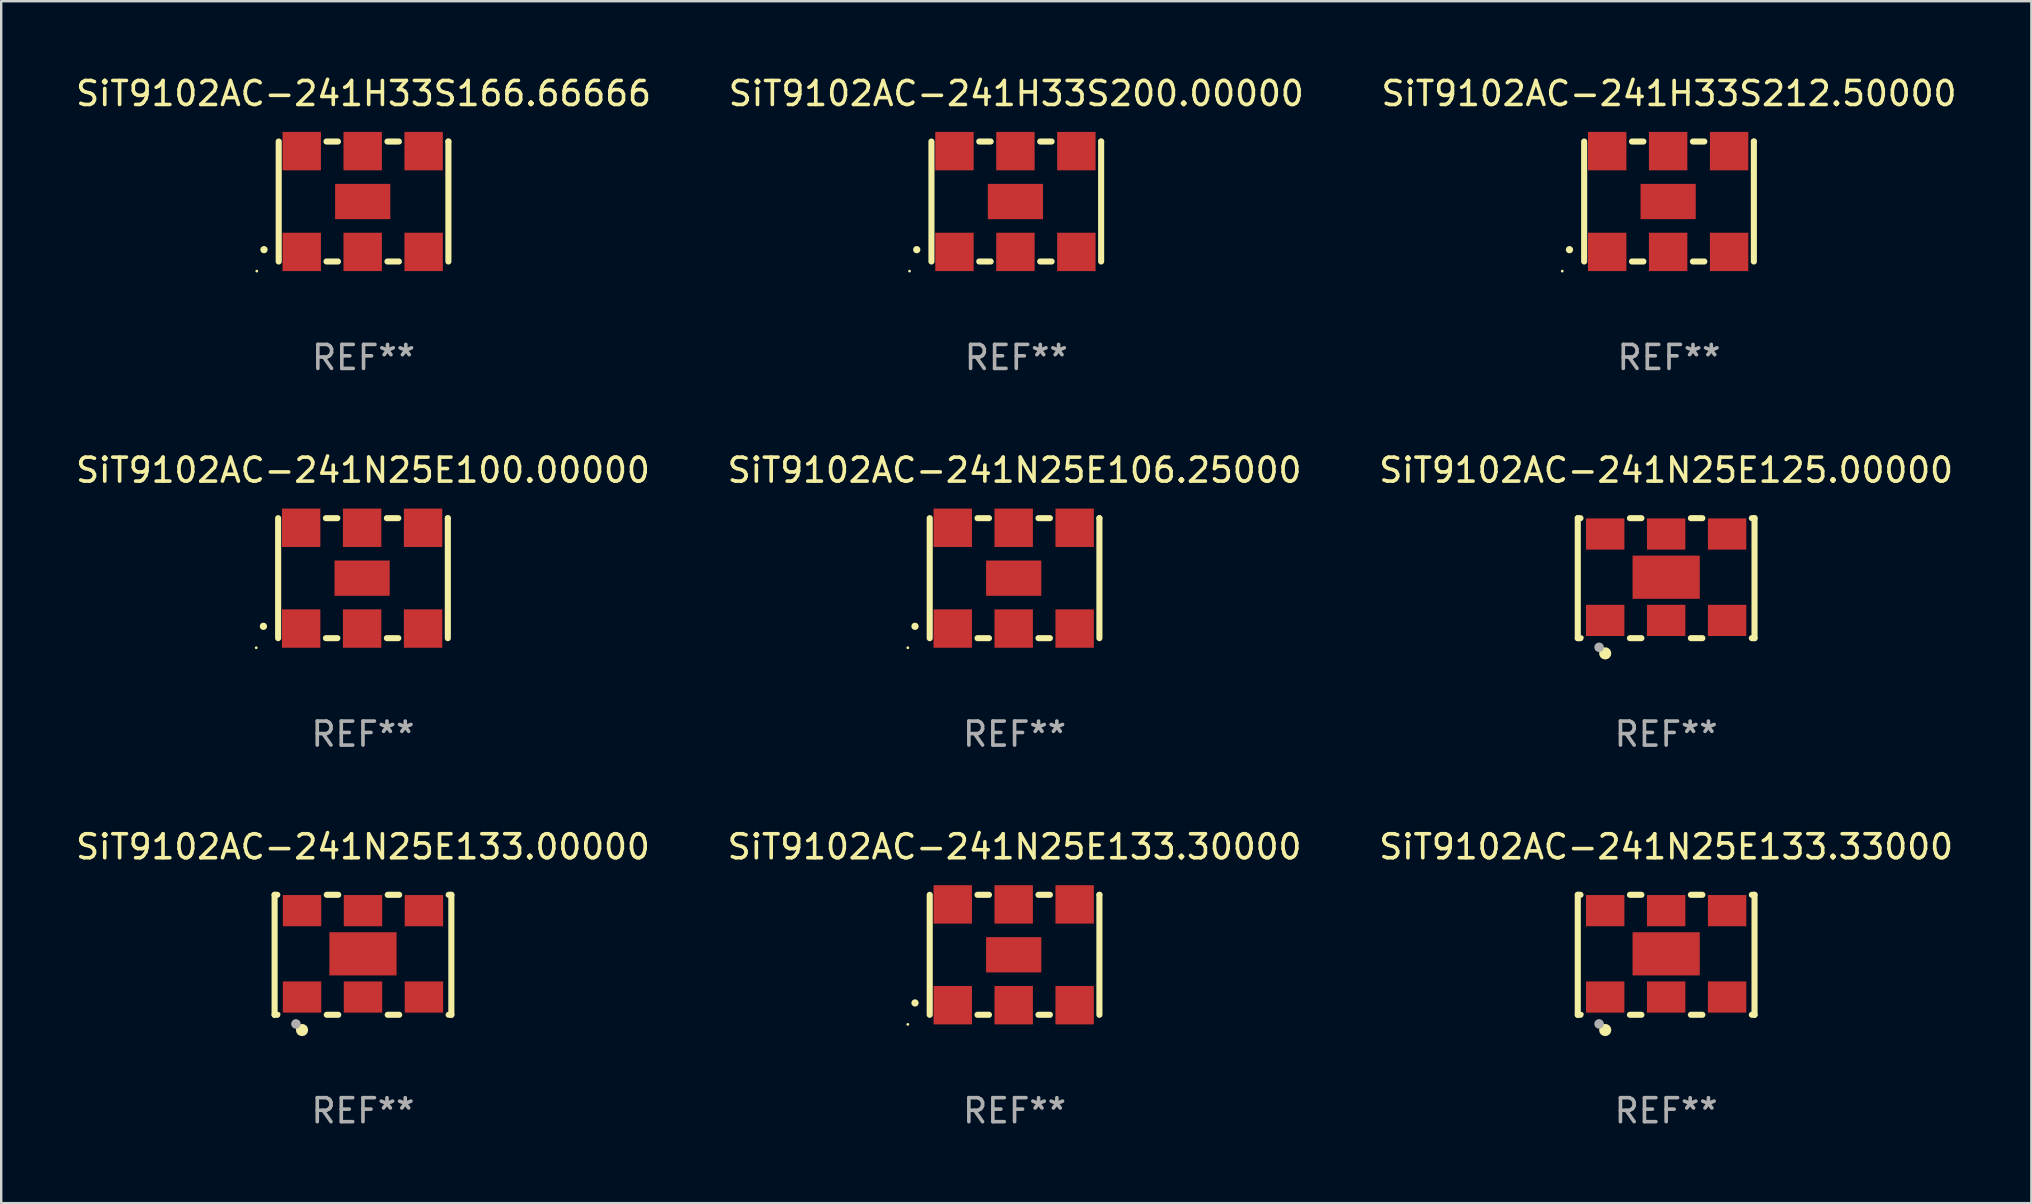
<source format=kicad_pcb>
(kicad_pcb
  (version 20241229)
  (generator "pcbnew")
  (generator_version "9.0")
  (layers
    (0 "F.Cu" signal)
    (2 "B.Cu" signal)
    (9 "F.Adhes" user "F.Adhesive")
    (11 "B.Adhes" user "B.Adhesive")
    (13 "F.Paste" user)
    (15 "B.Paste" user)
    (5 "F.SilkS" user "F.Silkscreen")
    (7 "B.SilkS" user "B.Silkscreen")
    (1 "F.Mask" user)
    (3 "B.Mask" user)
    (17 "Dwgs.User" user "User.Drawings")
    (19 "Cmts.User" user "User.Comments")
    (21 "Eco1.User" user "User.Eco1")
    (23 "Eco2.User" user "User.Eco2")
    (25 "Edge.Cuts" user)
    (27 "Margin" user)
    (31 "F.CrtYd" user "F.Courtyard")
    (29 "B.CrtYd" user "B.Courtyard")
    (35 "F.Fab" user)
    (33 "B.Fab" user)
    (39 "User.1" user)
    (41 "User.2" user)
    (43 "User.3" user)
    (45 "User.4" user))
  (footprint "SiT9102AC-241H33S212.50000"
    (layer "F.Cu")
    (at 66.506 5.348)
    (property "Reference" "SiT9102AC-241H33S212.50000" (at 0 -4.5 0) (layer "F.SilkS") (effects (font (size 1 1) (thickness 0.15))))
    (attr through_hole)
    (fp_line (start -3.536 -2.5) (end -3.536 2.5) (stroke (width 0.254) (type solid)) (layer "F.SilkS"))
    (fp_line (start -1.544 2.5) (end -1.067 2.5) (stroke (width 0.254) (type solid)) (layer "F.SilkS"))
    (fp_line (start -1.067 -2.5) (end -1.544 -2.5) (stroke (width 0.254) (type solid)) (layer "F.SilkS"))
    (fp_line (start 0.996 2.5) (end 1.473 2.5) (stroke (width 0.254) (type solid)) (layer "F.SilkS"))
    (fp_line (start 1.473 -2.5) (end 0.996 -2.5) (stroke (width 0.254) (type solid)) (layer "F.SilkS"))
    (fp_line (start 3.536 -2.5) (end 3.536 -2.5) (stroke (width 0.254) (type solid)) (layer "F.SilkS"))
    (fp_line (start 3.536 2.5) (end 3.536 -2.5) (stroke (width 0.254) (type solid)) (layer "F.SilkS"))
    (fp_arc (start -4.150432 2.006604) (mid -4.149162 2.006599) (end -4.147892 2.006604) (stroke (width 0.3) (type solid)) (layer "F.SilkS"))
    (fp_circle (center -4.449 2.9) (end -4.419 2.9) (stroke (width 0.06) (type solid)) (fill no) (layer "F.SilkS"))
    (fp_text user "REF**" (at 0 6.5 0) (layer "F.Fab") (effects (font (size 1 1) (thickness 0.15))))
    (pad "1" smd rect (at -2.576 2.1) (size 1.6 1.6) (layers "F.Cu" "F.Mask" "F.Paste"))
    (pad "2" smd rect (at -0.036 2.1) (size 1.6 1.6) (layers "F.Cu" "F.Mask" "F.Paste"))
    (pad "3" smd rect (at 2.504 2.1) (size 1.6 1.6) (layers "F.Cu" "F.Mask" "F.Paste"))
    (pad "4" smd rect (at 2.504 -2.1) (size 1.6 1.6) (layers "F.Cu" "F.Mask" "F.Paste"))
    (pad "5" smd rect (at -0.036 -2.1) (size 1.6 1.6) (layers "F.Cu" "F.Mask" "F.Paste"))
    (pad "6" smd rect (at -2.576 -2.1) (size 1.6 1.6) (layers "F.Cu" "F.Mask" "F.Paste"))
    (pad "7" smd rect (at -0.036 0) (size 2.3 1.47) (layers "F.Cu" "F.Mask" "F.Paste")))
  (footprint "SiT9102AC-241N25E133.30000"
    (layer "F.Cu")
    (at 39.232 36.741)
    (property "Reference" "SiT9102AC-241N25E133.30000" (at 0 -4.5 0) (layer "F.SilkS") (effects (font (size 1 1) (thickness 0.15))))
    (attr through_hole)
    (fp_line (start -3.536 -2.5) (end -3.536 2.5) (stroke (width 0.254) (type solid)) (layer "F.SilkS"))
    (fp_line (start -1.544 2.5) (end -1.067 2.5) (stroke (width 0.254) (type solid)) (layer "F.SilkS"))
    (fp_line (start -1.067 -2.5) (end -1.544 -2.5) (stroke (width 0.254) (type solid)) (layer "F.SilkS"))
    (fp_line (start 0.996 2.5) (end 1.473 2.5) (stroke (width 0.254) (type solid)) (layer "F.SilkS"))
    (fp_line (start 1.473 -2.5) (end 0.996 -2.5) (stroke (width 0.254) (type solid)) (layer "F.SilkS"))
    (fp_line (start 3.536 -2.5) (end 3.536 -2.5) (stroke (width 0.254) (type solid)) (layer "F.SilkS"))
    (fp_line (start 3.536 2.5) (end 3.536 -2.5) (stroke (width 0.254) (type solid)) (layer "F.SilkS"))
    (fp_arc (start -4.150432 2.006604) (mid -4.149162 2.006599) (end -4.147892 2.006604) (stroke (width 0.3) (type solid)) (layer "F.SilkS"))
    (fp_circle (center -4.449 2.9) (end -4.419 2.9) (stroke (width 0.06) (type solid)) (fill no) (layer "F.SilkS"))
    (fp_text user "REF**" (at 0 6.5 0) (layer "F.Fab") (effects (font (size 1 1) (thickness 0.15))))
    (pad "1" smd rect (at -2.576 2.1) (size 1.6 1.6) (layers "F.Cu" "F.Mask" "F.Paste"))
    (pad "2" smd rect (at -0.036 2.1) (size 1.6 1.6) (layers "F.Cu" "F.Mask" "F.Paste"))
    (pad "3" smd rect (at 2.504 2.1) (size 1.6 1.6) (layers "F.Cu" "F.Mask" "F.Paste"))
    (pad "4" smd rect (at 2.504 -2.1) (size 1.6 1.6) (layers "F.Cu" "F.Mask" "F.Paste"))
    (pad "5" smd rect (at -0.036 -2.1) (size 1.6 1.6) (layers "F.Cu" "F.Mask" "F.Paste"))
    (pad "6" smd rect (at -2.576 -2.1) (size 1.6 1.6) (layers "F.Cu" "F.Mask" "F.Paste"))
    (pad "7" smd rect (at -0.036 0) (size 2.3 1.47) (layers "F.Cu" "F.Mask" "F.Paste")))
  (footprint "SiT9102AC-241H33S166.66666"
    (layer "F.Cu")
    (at 12.101 5.348)
    (property "Reference" "SiT9102AC-241H33S166.66666" (at 0 -4.5 0) (layer "F.SilkS") (effects (font (size 1 1) (thickness 0.15))))
    (attr through_hole)
    (fp_line (start -3.536 -2.5) (end -3.536 2.5) (stroke (width 0.254) (type solid)) (layer "F.SilkS"))
    (fp_line (start -1.544 2.5) (end -1.067 2.5) (stroke (width 0.254) (type solid)) (layer "F.SilkS"))
    (fp_line (start -1.067 -2.5) (end -1.544 -2.5) (stroke (width 0.254) (type solid)) (layer "F.SilkS"))
    (fp_line (start 0.996 2.5) (end 1.473 2.5) (stroke (width 0.254) (type solid)) (layer "F.SilkS"))
    (fp_line (start 1.473 -2.5) (end 0.996 -2.5) (stroke (width 0.254) (type solid)) (layer "F.SilkS"))
    (fp_line (start 3.536 -2.5) (end 3.536 -2.5) (stroke (width 0.254) (type solid)) (layer "F.SilkS"))
    (fp_line (start 3.536 2.5) (end 3.536 -2.5) (stroke (width 0.254) (type solid)) (layer "F.SilkS"))
    (fp_arc (start -4.150432 2.006604) (mid -4.149162 2.006599) (end -4.147892 2.006604) (stroke (width 0.3) (type solid)) (layer "F.SilkS"))
    (fp_circle (center -4.449 2.9) (end -4.419 2.9) (stroke (width 0.06) (type solid)) (fill no) (layer "F.SilkS"))
    (fp_text user "REF**" (at 0 6.5 0) (layer "F.Fab") (effects (font (size 1 1) (thickness 0.15))))
    (pad "1" smd rect (at -2.576 2.1) (size 1.6 1.6) (layers "F.Cu" "F.Mask" "F.Paste"))
    (pad "2" smd rect (at -0.036 2.1) (size 1.6 1.6) (layers "F.Cu" "F.Mask" "F.Paste"))
    (pad "3" smd rect (at 2.504 2.1) (size 1.6 1.6) (layers "F.Cu" "F.Mask" "F.Paste"))
    (pad "4" smd rect (at 2.504 -2.1) (size 1.6 1.6) (layers "F.Cu" "F.Mask" "F.Paste"))
    (pad "5" smd rect (at -0.036 -2.1) (size 1.6 1.6) (layers "F.Cu" "F.Mask" "F.Paste"))
    (pad "6" smd rect (at -2.576 -2.1) (size 1.6 1.6) (layers "F.Cu" "F.Mask" "F.Paste"))
    (pad "7" smd rect (at -0.036 0) (size 2.3 1.47) (layers "F.Cu" "F.Mask" "F.Paste")))
  (footprint "SiT9102AC-241N25E100.00000"
    (layer "F.Cu")
    (at 12.077 21.045)
    (property "Reference" "SiT9102AC-241N25E100.00000" (at 0 -4.5 0) (layer "F.SilkS") (effects (font (size 1 1) (thickness 0.15))))
    (attr through_hole)
    (fp_line (start -3.536 -2.5) (end -3.536 2.5) (stroke (width 0.254) (type solid)) (layer "F.SilkS"))
    (fp_line (start -1.544 2.5) (end -1.067 2.5) (stroke (width 0.254) (type solid)) (layer "F.SilkS"))
    (fp_line (start -1.067 -2.5) (end -1.544 -2.5) (stroke (width 0.254) (type solid)) (layer "F.SilkS"))
    (fp_line (start 0.996 2.5) (end 1.473 2.5) (stroke (width 0.254) (type solid)) (layer "F.SilkS"))
    (fp_line (start 1.473 -2.5) (end 0.996 -2.5) (stroke (width 0.254) (type solid)) (layer "F.SilkS"))
    (fp_line (start 3.536 -2.5) (end 3.536 -2.5) (stroke (width 0.254) (type solid)) (layer "F.SilkS"))
    (fp_line (start 3.536 2.5) (end 3.536 -2.5) (stroke (width 0.254) (type solid)) (layer "F.SilkS"))
    (fp_arc (start -4.150432 2.006604) (mid -4.149162 2.006599) (end -4.147892 2.006604) (stroke (width 0.3) (type solid)) (layer "F.SilkS"))
    (fp_circle (center -4.449 2.9) (end -4.419 2.9) (stroke (width 0.06) (type solid)) (fill no) (layer "F.SilkS"))
    (fp_text user "REF**" (at 0 6.5 0) (layer "F.Fab") (effects (font (size 1 1) (thickness 0.15))))
    (pad "1" smd rect (at -2.576 2.1) (size 1.6 1.6) (layers "F.Cu" "F.Mask" "F.Paste"))
    (pad "2" smd rect (at -0.036 2.1) (size 1.6 1.6) (layers "F.Cu" "F.Mask" "F.Paste"))
    (pad "3" smd rect (at 2.504 2.1) (size 1.6 1.6) (layers "F.Cu" "F.Mask" "F.Paste"))
    (pad "4" smd rect (at 2.504 -2.1) (size 1.6 1.6) (layers "F.Cu" "F.Mask" "F.Paste"))
    (pad "5" smd rect (at -0.036 -2.1) (size 1.6 1.6) (layers "F.Cu" "F.Mask" "F.Paste"))
    (pad "6" smd rect (at -2.576 -2.1) (size 1.6 1.6) (layers "F.Cu" "F.Mask" "F.Paste"))
    (pad "7" smd rect (at -0.036 0) (size 2.3 1.47) (layers "F.Cu" "F.Mask" "F.Paste")))
  (footprint "SiT9102AC-241N25E133.33000"
    (layer "F.Cu")
    (at 66.387 36.741)
    (property "Reference" "SiT9102AC-241N25E133.33000" (at 0 -4.5 0) (layer "F.SilkS") (effects (font (size 1 1) (thickness 0.15))))
    (attr through_hole)
    (fp_line (start -3.683 -2.5) (end -3.571 -2.5) (stroke (width 0.254) (type solid)) (layer "F.SilkS"))
    (fp_line (start -3.683 2.5) (end -3.683 -2.5) (stroke (width 0.254) (type solid)) (layer "F.SilkS"))
    (fp_line (start -3.683 2.5) (end -3.571 2.5) (stroke (width 0.254) (type solid)) (layer "F.SilkS"))
    (fp_line (start -1.509 -2.5) (end -1.031 -2.5) (stroke (width 0.254) (type solid)) (layer "F.SilkS"))
    (fp_line (start -1.509 2.5) (end -1.031 2.5) (stroke (width 0.254) (type solid)) (layer "F.SilkS"))
    (fp_line (start 1.031 -2.5) (end 1.509 -2.5) (stroke (width 0.254) (type solid)) (layer "F.SilkS"))
    (fp_line (start 1.031 2.5) (end 1.509 2.5) (stroke (width 0.254) (type solid)) (layer "F.SilkS"))
    (fp_line (start 3.571 -2.5) (end 3.683 -2.5) (stroke (width 0.254) (type solid)) (layer "F.SilkS"))
    (fp_line (start 3.571 2.5) (end 3.683 2.5) (stroke (width 0.254) (type solid)) (layer "F.SilkS"))
    (fp_line (start 3.683 2.5) (end 3.683 -2.5) (stroke (width 0.254) (type solid)) (layer "F.SilkS"))
    (fp_circle (center -3.5 2.46) (end -3.47 2.46) (stroke (width 0.06) (type solid)) (fill no) (layer "F.SilkS"))
    (fp_circle (center -2.54 3.135) (end -2.413 3.135) (stroke (width 0.254) (type solid)) (fill no) (layer "F.SilkS"))
    (fp_circle (center -2.794 2.881) (end -2.694 2.881) (stroke (width 0.2) (type solid)) (fill no) (layer "F.Fab"))
    (fp_text user "REF**" (at 0 6.5 0) (layer "F.Fab") (effects (font (size 1 1) (thickness 0.15))))
    (pad "1" smd rect (at -2.54 1.76) (size 1.6 1.3) (layers "F.Cu" "F.Mask" "F.Paste"))
    (pad "2" smd rect (at 0 1.76) (size 1.6 1.3) (layers "F.Cu" "F.Mask" "F.Paste"))
    (pad "3" smd rect (at 2.54 1.76) (size 1.6 1.3) (layers "F.Cu" "F.Mask" "F.Paste"))
    (pad "4" smd rect (at 2.54 -1.84) (size 1.6 1.3) (layers "F.Cu" "F.Mask" "F.Paste"))
    (pad "5" smd rect (at 0 -1.84) (size 1.6 1.3) (layers "F.Cu" "F.Mask" "F.Paste"))
    (pad "6" smd rect (at -2.54 -1.84) (size 1.6 1.3) (layers "F.Cu" "F.Mask" "F.Paste"))
    (pad "7" smd rect (at 0 -0.04) (size 2.8 1.8) (layers "F.Cu" "F.Mask" "F.Paste")))
  (footprint "SiT9102AC-241N25E106.25000"
    (layer "F.Cu")
    (at 39.232 21.045)
    (property "Reference" "SiT9102AC-241N25E106.25000" (at 0 -4.5 0) (layer "F.SilkS") (effects (font (size 1 1) (thickness 0.15))))
    (attr through_hole)
    (fp_line (start -3.536 -2.5) (end -3.536 2.5) (stroke (width 0.254) (type solid)) (layer "F.SilkS"))
    (fp_line (start -1.544 2.5) (end -1.067 2.5) (stroke (width 0.254) (type solid)) (layer "F.SilkS"))
    (fp_line (start -1.067 -2.5) (end -1.544 -2.5) (stroke (width 0.254) (type solid)) (layer "F.SilkS"))
    (fp_line (start 0.996 2.5) (end 1.473 2.5) (stroke (width 0.254) (type solid)) (layer "F.SilkS"))
    (fp_line (start 1.473 -2.5) (end 0.996 -2.5) (stroke (width 0.254) (type solid)) (layer "F.SilkS"))
    (fp_line (start 3.536 -2.5) (end 3.536 -2.5) (stroke (width 0.254) (type solid)) (layer "F.SilkS"))
    (fp_line (start 3.536 2.5) (end 3.536 -2.5) (stroke (width 0.254) (type solid)) (layer "F.SilkS"))
    (fp_arc (start -4.150432 2.006604) (mid -4.149162 2.006599) (end -4.147892 2.006604) (stroke (width 0.3) (type solid)) (layer "F.SilkS"))
    (fp_circle (center -4.449 2.9) (end -4.419 2.9) (stroke (width 0.06) (type solid)) (fill no) (layer "F.SilkS"))
    (fp_text user "REF**" (at 0 6.5 0) (layer "F.Fab") (effects (font (size 1 1) (thickness 0.15))))
    (pad "1" smd rect (at -2.576 2.1) (size 1.6 1.6) (layers "F.Cu" "F.Mask" "F.Paste"))
    (pad "2" smd rect (at -0.036 2.1) (size 1.6 1.6) (layers "F.Cu" "F.Mask" "F.Paste"))
    (pad "3" smd rect (at 2.504 2.1) (size 1.6 1.6) (layers "F.Cu" "F.Mask" "F.Paste"))
    (pad "4" smd rect (at 2.504 -2.1) (size 1.6 1.6) (layers "F.Cu" "F.Mask" "F.Paste"))
    (pad "5" smd rect (at -0.036 -2.1) (size 1.6 1.6) (layers "F.Cu" "F.Mask" "F.Paste"))
    (pad "6" smd rect (at -2.576 -2.1) (size 1.6 1.6) (layers "F.Cu" "F.Mask" "F.Paste"))
    (pad "7" smd rect (at -0.036 0) (size 2.3 1.47) (layers "F.Cu" "F.Mask" "F.Paste")))
  (footprint "SiT9102AC-241N25E125.00000"
    (layer "F.Cu")
    (at 66.387 21.045)
    (property "Reference" "SiT9102AC-241N25E125.00000" (at 0 -4.5 0) (layer "F.SilkS") (effects (font (size 1 1) (thickness 0.15))))
    (attr through_hole)
    (fp_line (start -3.683 -2.5) (end -3.571 -2.5) (stroke (width 0.254) (type solid)) (layer "F.SilkS"))
    (fp_line (start -3.683 2.5) (end -3.683 -2.5) (stroke (width 0.254) (type solid)) (layer "F.SilkS"))
    (fp_line (start -3.683 2.5) (end -3.571 2.5) (stroke (width 0.254) (type solid)) (layer "F.SilkS"))
    (fp_line (start -1.509 -2.5) (end -1.031 -2.5) (stroke (width 0.254) (type solid)) (layer "F.SilkS"))
    (fp_line (start -1.509 2.5) (end -1.031 2.5) (stroke (width 0.254) (type solid)) (layer "F.SilkS"))
    (fp_line (start 1.031 -2.5) (end 1.509 -2.5) (stroke (width 0.254) (type solid)) (layer "F.SilkS"))
    (fp_line (start 1.031 2.5) (end 1.509 2.5) (stroke (width 0.254) (type solid)) (layer "F.SilkS"))
    (fp_line (start 3.571 -2.5) (end 3.683 -2.5) (stroke (width 0.254) (type solid)) (layer "F.SilkS"))
    (fp_line (start 3.571 2.5) (end 3.683 2.5) (stroke (width 0.254) (type solid)) (layer "F.SilkS"))
    (fp_line (start 3.683 2.5) (end 3.683 -2.5) (stroke (width 0.254) (type solid)) (layer "F.SilkS"))
    (fp_circle (center -3.5 2.46) (end -3.47 2.46) (stroke (width 0.06) (type solid)) (fill no) (layer "F.SilkS"))
    (fp_circle (center -2.54 3.135) (end -2.413 3.135) (stroke (width 0.254) (type solid)) (fill no) (layer "F.SilkS"))
    (fp_circle (center -2.794 2.881) (end -2.694 2.881) (stroke (width 0.2) (type solid)) (fill no) (layer "F.Fab"))
    (fp_text user "REF**" (at 0 6.5 0) (layer "F.Fab") (effects (font (size 1 1) (thickness 0.15))))
    (pad "1" smd rect (at -2.54 1.76) (size 1.6 1.3) (layers "F.Cu" "F.Mask" "F.Paste"))
    (pad "2" smd rect (at 0 1.76) (size 1.6 1.3) (layers "F.Cu" "F.Mask" "F.Paste"))
    (pad "3" smd rect (at 2.54 1.76) (size 1.6 1.3) (layers "F.Cu" "F.Mask" "F.Paste"))
    (pad "4" smd rect (at 2.54 -1.84) (size 1.6 1.3) (layers "F.Cu" "F.Mask" "F.Paste"))
    (pad "5" smd rect (at 0 -1.84) (size 1.6 1.3) (layers "F.Cu" "F.Mask" "F.Paste"))
    (pad "6" smd rect (at -2.54 -1.84) (size 1.6 1.3) (layers "F.Cu" "F.Mask" "F.Paste"))
    (pad "7" smd rect (at 0 -0.04) (size 2.8 1.8) (layers "F.Cu" "F.Mask" "F.Paste")))
  (footprint "SiT9102AC-241H33S200.00000"
    (layer "F.Cu")
    (at 39.304 5.348)
    (property "Reference" "SiT9102AC-241H33S200.00000" (at 0 -4.5 0) (layer "F.SilkS") (effects (font (size 1 1) (thickness 0.15))))
    (attr through_hole)
    (fp_line (start -3.536 -2.5) (end -3.536 2.5) (stroke (width 0.254) (type solid)) (layer "F.SilkS"))
    (fp_line (start -1.544 2.5) (end -1.067 2.5) (stroke (width 0.254) (type solid)) (layer "F.SilkS"))
    (fp_line (start -1.067 -2.5) (end -1.544 -2.5) (stroke (width 0.254) (type solid)) (layer "F.SilkS"))
    (fp_line (start 0.996 2.5) (end 1.473 2.5) (stroke (width 0.254) (type solid)) (layer "F.SilkS"))
    (fp_line (start 1.473 -2.5) (end 0.996 -2.5) (stroke (width 0.254) (type solid)) (layer "F.SilkS"))
    (fp_line (start 3.536 -2.5) (end 3.536 -2.5) (stroke (width 0.254) (type solid)) (layer "F.SilkS"))
    (fp_line (start 3.536 2.5) (end 3.536 -2.5) (stroke (width 0.254) (type solid)) (layer "F.SilkS"))
    (fp_arc (start -4.150432 2.006604) (mid -4.149162 2.006599) (end -4.147892 2.006604) (stroke (width 0.3) (type solid)) (layer "F.SilkS"))
    (fp_circle (center -4.449 2.9) (end -4.419 2.9) (stroke (width 0.06) (type solid)) (fill no) (layer "F.SilkS"))
    (fp_text user "REF**" (at 0 6.5 0) (layer "F.Fab") (effects (font (size 1 1) (thickness 0.15))))
    (pad "1" smd rect (at -2.576 2.1) (size 1.6 1.6) (layers "F.Cu" "F.Mask" "F.Paste"))
    (pad "2" smd rect (at -0.036 2.1) (size 1.6 1.6) (layers "F.Cu" "F.Mask" "F.Paste"))
    (pad "3" smd rect (at 2.504 2.1) (size 1.6 1.6) (layers "F.Cu" "F.Mask" "F.Paste"))
    (pad "4" smd rect (at 2.504 -2.1) (size 1.6 1.6) (layers "F.Cu" "F.Mask" "F.Paste"))
    (pad "5" smd rect (at -0.036 -2.1) (size 1.6 1.6) (layers "F.Cu" "F.Mask" "F.Paste"))
    (pad "6" smd rect (at -2.576 -2.1) (size 1.6 1.6) (layers "F.Cu" "F.Mask" "F.Paste"))
    (pad "7" smd rect (at -0.036 0) (size 2.3 1.47) (layers "F.Cu" "F.Mask" "F.Paste")))
  (footprint "SiT9102AC-241N25E133.00000"
    (layer "F.Cu")
    (at 12.077 36.741)
    (property "Reference" "SiT9102AC-241N25E133.00000" (at 0 -4.5 0) (layer "F.SilkS") (effects (font (size 1 1) (thickness 0.15))))
    (attr through_hole)
    (fp_line (start -3.683 -2.5) (end -3.571 -2.5) (stroke (width 0.254) (type solid)) (layer "F.SilkS"))
    (fp_line (start -3.683 2.5) (end -3.683 -2.5) (stroke (width 0.254) (type solid)) (layer "F.SilkS"))
    (fp_line (start -3.683 2.5) (end -3.571 2.5) (stroke (width 0.254) (type solid)) (layer "F.SilkS"))
    (fp_line (start -1.509 -2.5) (end -1.031 -2.5) (stroke (width 0.254) (type solid)) (layer "F.SilkS"))
    (fp_line (start -1.509 2.5) (end -1.031 2.5) (stroke (width 0.254) (type solid)) (layer "F.SilkS"))
    (fp_line (start 1.031 -2.5) (end 1.509 -2.5) (stroke (width 0.254) (type solid)) (layer "F.SilkS"))
    (fp_line (start 1.031 2.5) (end 1.509 2.5) (stroke (width 0.254) (type solid)) (layer "F.SilkS"))
    (fp_line (start 3.571 -2.5) (end 3.683 -2.5) (stroke (width 0.254) (type solid)) (layer "F.SilkS"))
    (fp_line (start 3.571 2.5) (end 3.683 2.5) (stroke (width 0.254) (type solid)) (layer "F.SilkS"))
    (fp_line (start 3.683 2.5) (end 3.683 -2.5) (stroke (width 0.254) (type solid)) (layer "F.SilkS"))
    (fp_circle (center -3.5 2.46) (end -3.47 2.46) (stroke (width 0.06) (type solid)) (fill no) (layer "F.SilkS"))
    (fp_circle (center -2.54 3.135) (end -2.413 3.135) (stroke (width 0.254) (type solid)) (fill no) (layer "F.SilkS"))
    (fp_circle (center -2.794 2.881) (end -2.694 2.881) (stroke (width 0.2) (type solid)) (fill no) (layer "F.Fab"))
    (fp_text user "REF**" (at 0 6.5 0) (layer "F.Fab") (effects (font (size 1 1) (thickness 0.15))))
    (pad "1" smd rect (at -2.54 1.76) (size 1.6 1.3) (layers "F.Cu" "F.Mask" "F.Paste"))
    (pad "2" smd rect (at 0 1.76) (size 1.6 1.3) (layers "F.Cu" "F.Mask" "F.Paste"))
    (pad "3" smd rect (at 2.54 1.76) (size 1.6 1.3) (layers "F.Cu" "F.Mask" "F.Paste"))
    (pad "4" smd rect (at 2.54 -1.84) (size 1.6 1.3) (layers "F.Cu" "F.Mask" "F.Paste"))
    (pad "5" smd rect (at 0 -1.84) (size 1.6 1.3) (layers "F.Cu" "F.Mask" "F.Paste"))
    (pad "6" smd rect (at -2.54 -1.84) (size 1.6 1.3) (layers "F.Cu" "F.Mask" "F.Paste"))
    (pad "7" smd rect (at 0 -0.04) (size 2.8 1.8) (layers "F.Cu" "F.Mask" "F.Paste")))
  (gr_rect
    (start -3 -3)
    (end 81.607 47.09)
    (stroke (width 0.1) (type default))
    (fill no)
    (layer "Edge.Cuts")))
</source>
